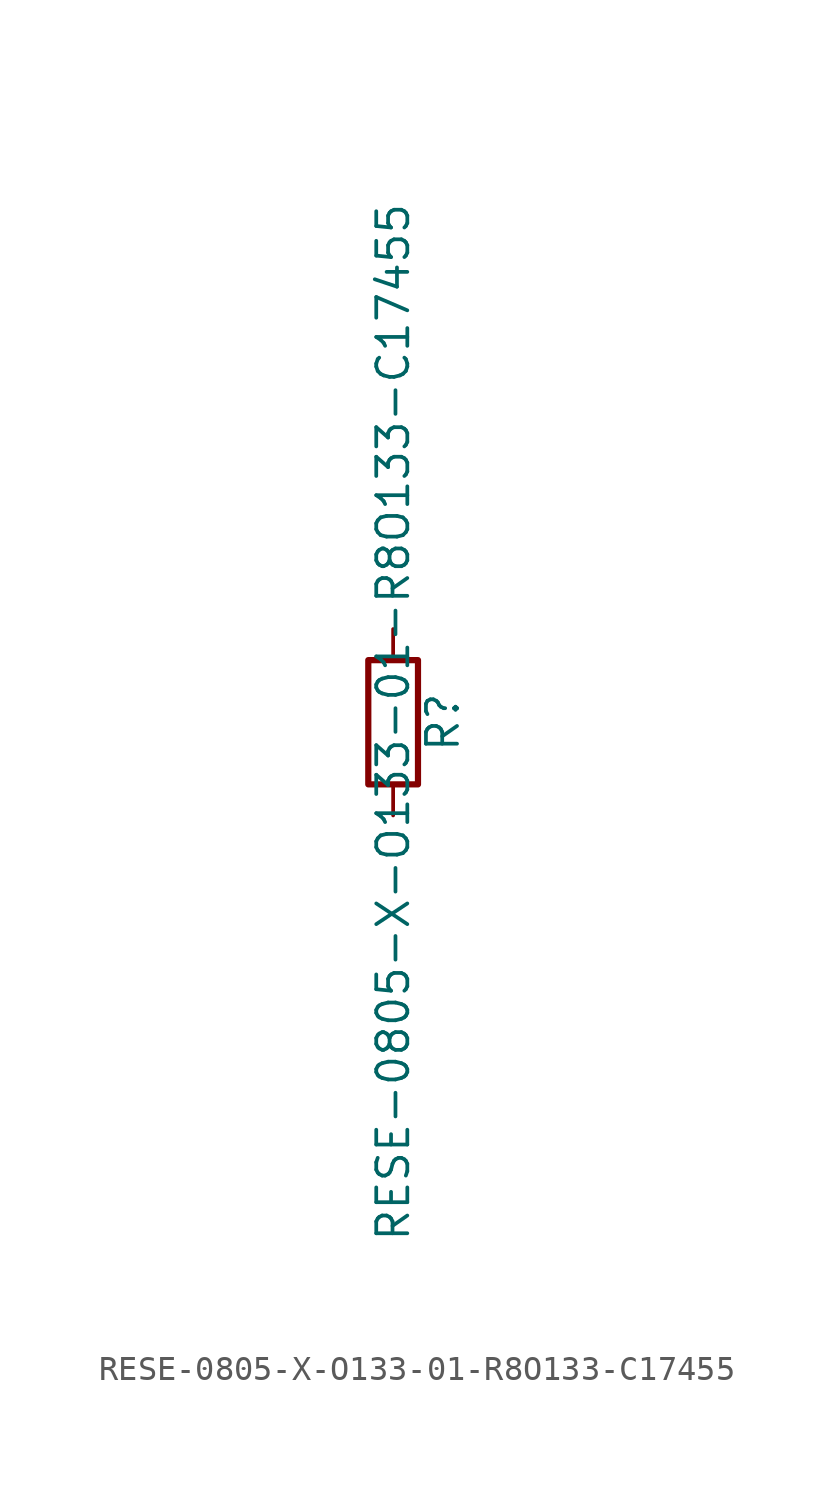
<source format=kicad_sym>
(kicad_symbol_lib
  (version 20211014)
  (generator kicad_symbol_editor)
  (symbol "RESE-0805-X-O133-01-R8O133-C17455"
    (pin_numbers hide)
    (pin_names
      (offset 0))
    (property "Reference" "R"
      (at 2.032 0 90)
      (effects (font (size 1.27 1.27))))
    (property "Value" "RESE-0805-X-O133-01-R8O133-C17455"
      (at 0 0 90)
      (effects (font (size 1.27 1.27))))
    (symbol "RESE-0805-X-O133-01-R8O133-C17455_0_1"
      (rectangle (start -1.016 -2.54) (end 1.016 2.54) (stroke (width 0.254) (type default) (color 0 0 0 0)) (fill (type none))))
    (symbol "RESE-0805-X-O133-01-R8O133-C17455_1_1"
      (pin passive line (at 0 3.81 270) (length 1.27) (name "~" (effects (font (size 1.27 1.27)))) (number "1" (effects (font (size 1.27 1.27)))))
      (pin passive line (at 0 -3.81 90) (length 1.27) (name "~" (effects (font (size 1.27 1.27)))) (number "2" (effects (font (size 1.27 1.27))))))))
</source>
